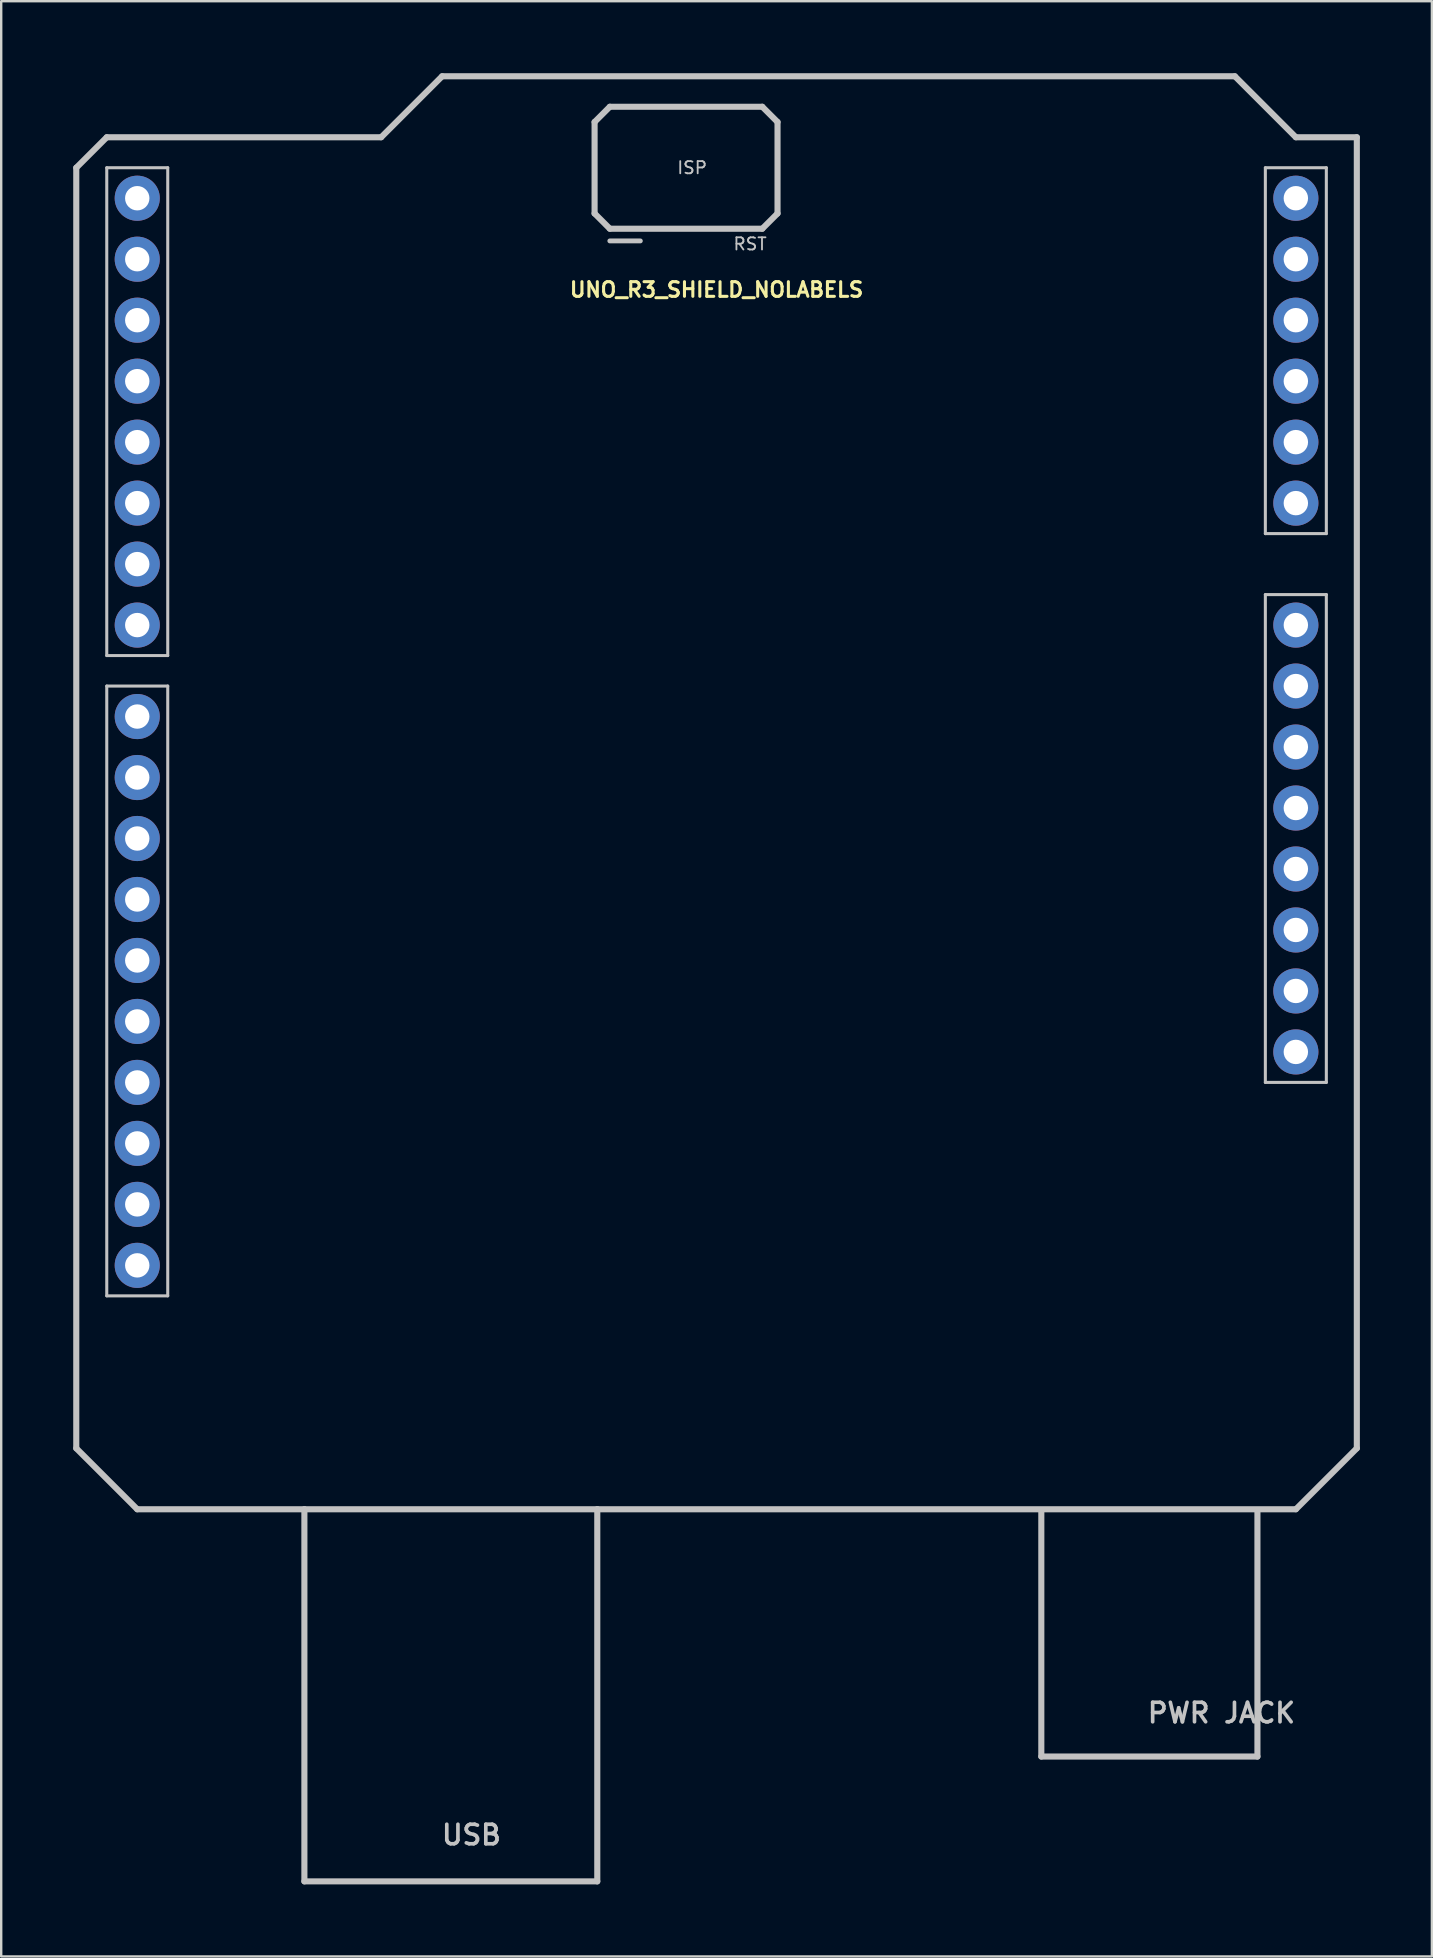
<source format=kicad_pcb>
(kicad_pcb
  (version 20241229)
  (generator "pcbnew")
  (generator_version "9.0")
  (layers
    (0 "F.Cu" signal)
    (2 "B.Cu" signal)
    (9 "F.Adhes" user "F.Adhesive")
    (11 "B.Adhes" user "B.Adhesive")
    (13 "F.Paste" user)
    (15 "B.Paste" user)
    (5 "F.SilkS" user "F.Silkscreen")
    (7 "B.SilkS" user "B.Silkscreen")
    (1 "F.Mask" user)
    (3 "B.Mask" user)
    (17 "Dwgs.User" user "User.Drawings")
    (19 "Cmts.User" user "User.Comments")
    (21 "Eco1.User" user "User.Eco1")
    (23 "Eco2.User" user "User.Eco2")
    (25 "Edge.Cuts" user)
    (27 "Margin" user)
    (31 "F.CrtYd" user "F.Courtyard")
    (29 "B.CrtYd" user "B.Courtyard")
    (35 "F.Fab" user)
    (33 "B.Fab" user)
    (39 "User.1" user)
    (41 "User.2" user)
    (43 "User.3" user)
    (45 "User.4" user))
  (footprint "UNO_R3_SHIELD_NOLABELS"
    (layer "F.Cu")
    (at 26.797 29.337)
    (property "Reference" "UNO_R3_SHIELD_NOLABELS" (at 0 -20.32 0) (layer "F.SilkS") (effects (font (size 0.61 0.61) (thickness 0.127))))
    (attr exclude_from_pos_files exclude_from_bom)
    (fp_line (start -26.67 -25.4) (end -26.67 27.94) (stroke (width 0.254) (type solid)) (layer "Dwgs.User"))
    (fp_line (start -26.67 27.94) (end -24.13 30.48) (stroke (width 0.254) (type solid)) (layer "Dwgs.User"))
    (fp_line (start -25.4 -26.67) (end -26.67 -25.4) (stroke (width 0.254) (type solid)) (layer "Dwgs.User"))
    (fp_line (start -25.4 -25.4) (end -22.86 -25.4) (stroke (width 0.127) (type solid)) (layer "Dwgs.User"))
    (fp_line (start -25.4 -5.08) (end -25.4 -25.4) (stroke (width 0.127) (type solid)) (layer "Dwgs.User"))
    (fp_line (start -25.4 -3.81) (end -22.86 -3.81) (stroke (width 0.127) (type solid)) (layer "Dwgs.User"))
    (fp_line (start -25.4 21.59) (end -25.4 -3.81) (stroke (width 0.127) (type solid)) (layer "Dwgs.User"))
    (fp_line (start -24.13 30.48) (end -17.168 30.48) (stroke (width 0.254) (type solid)) (layer "Dwgs.User"))
    (fp_line (start -22.86 -25.4) (end -22.86 -5.08) (stroke (width 0.127) (type solid)) (layer "Dwgs.User"))
    (fp_line (start -22.86 -5.08) (end -25.4 -5.08) (stroke (width 0.127) (type solid)) (layer "Dwgs.User"))
    (fp_line (start -22.86 -3.81) (end -22.86 21.59) (stroke (width 0.127) (type solid)) (layer "Dwgs.User"))
    (fp_line (start -22.86 21.59) (end -25.4 21.59) (stroke (width 0.127) (type solid)) (layer "Dwgs.User"))
    (fp_line (start -17.168 30.48) (end -4.968 30.48) (stroke (width 0.254) (type solid)) (layer "Dwgs.User"))
    (fp_line (start -17.168 45.979) (end -17.168 30.48) (stroke (width 0.254) (type solid)) (layer "Dwgs.User"))
    (fp_line (start -17.168 45.979) (end -4.968 45.979) (stroke (width 0.254) (type solid)) (layer "Dwgs.User"))
    (fp_line (start -13.97 -26.67) (end -25.4 -26.67) (stroke (width 0.254) (type solid)) (layer "Dwgs.User"))
    (fp_line (start -11.43 -29.21) (end -13.97 -26.67) (stroke (width 0.254) (type solid)) (layer "Dwgs.User"))
    (fp_line (start -5.08 -27.305) (end -4.445 -27.94) (stroke (width 0.254) (type solid)) (layer "Dwgs.User"))
    (fp_line (start -5.08 -23.495) (end -5.08 -27.305) (stroke (width 0.254) (type solid)) (layer "Dwgs.User"))
    (fp_line (start -4.968 30.48) (end 24.13 30.48) (stroke (width 0.254) (type solid)) (layer "Dwgs.User"))
    (fp_line (start -4.968 45.979) (end -4.968 30.48) (stroke (width 0.254) (type solid)) (layer "Dwgs.User"))
    (fp_line (start -4.445 -27.94) (end 1.905 -27.94) (stroke (width 0.254) (type solid)) (layer "Dwgs.User"))
    (fp_line (start -4.445 -22.86) (end -5.08 -23.495) (stroke (width 0.254) (type solid)) (layer "Dwgs.User"))
    (fp_line (start -3.175 -22.352) (end -4.445 -22.352) (stroke (width 0.203) (type solid)) (layer "Dwgs.User"))
    (fp_line (start 1.905 -27.94) (end 2.54 -27.305) (stroke (width 0.254) (type solid)) (layer "Dwgs.User"))
    (fp_line (start 1.905 -22.86) (end -4.445 -22.86) (stroke (width 0.254) (type solid)) (layer "Dwgs.User"))
    (fp_line (start 2.54 -27.305) (end 2.54 -23.495) (stroke (width 0.254) (type solid)) (layer "Dwgs.User"))
    (fp_line (start 2.54 -23.495) (end 1.905 -22.86) (stroke (width 0.254) (type solid)) (layer "Dwgs.User"))
    (fp_line (start 13.528 40.78) (end 13.528 30.579) (stroke (width 0.254) (type solid)) (layer "Dwgs.User"))
    (fp_line (start 13.528 40.78) (end 22.53 40.78) (stroke (width 0.254) (type solid)) (layer "Dwgs.User"))
    (fp_line (start 21.59 -29.21) (end -11.43 -29.21) (stroke (width 0.254) (type solid)) (layer "Dwgs.User"))
    (fp_line (start 22.53 40.78) (end 22.53 30.579) (stroke (width 0.254) (type solid)) (layer "Dwgs.User"))
    (fp_line (start 22.86 -25.4) (end 25.4 -25.4) (stroke (width 0.127) (type solid)) (layer "Dwgs.User"))
    (fp_line (start 22.86 -10.16) (end 22.86 -25.4) (stroke (width 0.127) (type solid)) (layer "Dwgs.User"))
    (fp_line (start 22.86 -7.62) (end 22.86 12.7) (stroke (width 0.127) (type solid)) (layer "Dwgs.User"))
    (fp_line (start 22.86 12.7) (end 25.4 12.7) (stroke (width 0.127) (type solid)) (layer "Dwgs.User"))
    (fp_line (start 24.13 -26.67) (end 21.59 -29.21) (stroke (width 0.254) (type solid)) (layer "Dwgs.User"))
    (fp_line (start 24.13 30.48) (end 26.67 27.94) (stroke (width 0.254) (type solid)) (layer "Dwgs.User"))
    (fp_line (start 25.4 -25.4) (end 25.4 -10.16) (stroke (width 0.127) (type solid)) (layer "Dwgs.User"))
    (fp_line (start 25.4 -10.16) (end 22.86 -10.16) (stroke (width 0.127) (type solid)) (layer "Dwgs.User"))
    (fp_line (start 25.4 -7.62) (end 22.86 -7.62) (stroke (width 0.127) (type solid)) (layer "Dwgs.User"))
    (fp_line (start 25.4 12.7) (end 25.4 -7.62) (stroke (width 0.127) (type solid)) (layer "Dwgs.User"))
    (fp_line (start 26.67 -26.67) (end 24.13 -26.67) (stroke (width 0.254) (type solid)) (layer "Dwgs.User"))
    (fp_line (start 26.67 27.94) (end 26.67 -26.67) (stroke (width 0.254) (type solid)) (layer "Dwgs.User"))
    (fp_text user "PWR JACK" (at 21.031 38.964 0) (layer "Dwgs.User") (effects (font (size 0.813 0.813) (thickness 0.152))))
    (fp_text user "RST" (at 1.397 -22.225 0) (layer "Dwgs.User") (effects (font (size 0.508 0.508) (thickness 0.076))))
    (fp_text user "ISP" (at -1.016 -25.4 0) (layer "Dwgs.User") (effects (font (size 0.508 0.508) (thickness 0.076))))
    (fp_text user "USB" (at -10.211 44.044 0) (layer "Dwgs.User") (effects (font (size 0.813 0.813) (thickness 0.152))))
    (pad "3.3V" thru_hole circle (at 24.13 3.81) (size 1.88 1.88) (drill 1.016) (layers "*.Cu" "*.Mask"))
    (pad "5V" thru_hole circle (at 24.13 1.27) (size 1.88 1.88) (drill 1.016) (layers "*.Cu" "*.Mask"))
    (pad "A0" thru_hole circle (at 24.13 -11.43) (size 1.88 1.88) (drill 1.016) (layers "*.Cu" "*.Mask"))
    (pad "A1" thru_hole circle (at 24.13 -13.97) (size 1.88 1.88) (drill 1.016) (layers "*.Cu" "*.Mask"))
    (pad "A2" thru_hole circle (at 24.13 -16.51) (size 1.88 1.88) (drill 1.016) (layers "*.Cu" "*.Mask"))
    (pad "A3" thru_hole circle (at 24.13 -19.05) (size 1.88 1.88) (drill 1.016) (layers "*.Cu" "*.Mask"))
    (pad "A4" thru_hole circle (at 24.13 -21.59) (size 1.88 1.88) (drill 1.016) (layers "*.Cu" "*.Mask"))
    (pad "A5" thru_hole circle (at 24.13 -24.13) (size 1.88 1.88) (drill 1.016) (layers "*.Cu" "*.Mask"))
    (pad "AREF" thru_hole circle (at -24.13 15.24) (size 1.88 1.88) (drill 1.016) (layers "*.Cu" "*.Mask"))
    (pad "D2" thru_hole circle (at -24.13 -19.05) (size 1.88 1.88) (drill 1.016) (layers "*.Cu" "*.Mask"))
    (pad "D3" thru_hole circle (at -24.13 -16.51) (size 1.88 1.88) (drill 1.016) (layers "*.Cu" "*.Mask"))
    (pad "D4" thru_hole circle (at -24.13 -13.97) (size 1.88 1.88) (drill 1.016) (layers "*.Cu" "*.Mask"))
    (pad "D5" thru_hole circle (at -24.13 -11.43) (size 1.88 1.88) (drill 1.016) (layers "*.Cu" "*.Mask"))
    (pad "D6" thru_hole circle (at -24.13 -8.89) (size 1.88 1.88) (drill 1.016) (layers "*.Cu" "*.Mask"))
    (pad "D7" thru_hole circle (at -24.13 -6.35) (size 1.88 1.88) (drill 1.016) (layers "*.Cu" "*.Mask"))
    (pad "D8" thru_hole circle (at -24.13 -2.54) (size 1.88 1.88) (drill 1.016) (layers "*.Cu" "*.Mask"))
    (pad "D9" thru_hole circle (at -24.13 0) (size 1.88 1.88) (drill 1.016) (layers "*.Cu" "*.Mask"))
    (pad "D10" thru_hole circle (at -24.13 2.54) (size 1.88 1.88) (drill 1.016) (layers "*.Cu" "*.Mask"))
    (pad "D11" thru_hole circle (at -24.13 5.08) (size 1.88 1.88) (drill 1.016) (layers "*.Cu" "*.Mask"))
    (pad "D12" thru_hole circle (at -24.13 7.62) (size 1.88 1.88) (drill 1.016) (layers "*.Cu" "*.Mask"))
    (pad "D13" thru_hole circle (at -24.13 10.16) (size 1.88 1.88) (drill 1.016) (layers "*.Cu" "*.Mask"))
    (pad "GND@" thru_hole circle (at -24.13 12.7) (size 1.88 1.88) (drill 1.016) (layers "*.Cu" "*.Mask"))
    (pad "GND@" thru_hole circle (at 24.13 -3.81) (size 1.88 1.88) (drill 1.016) (layers "*.Cu" "*.Mask"))
    (pad "GND@" thru_hole circle (at 24.13 -1.27) (size 1.88 1.88) (drill 1.016) (layers "*.Cu" "*.Mask"))
    (pad "IORE" thru_hole circle (at 24.13 8.89) (size 1.88 1.88) (drill 1.016) (layers "*.Cu" "*.Mask"))
    (pad "NC" thru_hole circle (at 24.13 11.43) (size 1.88 1.88) (drill 1.016) (layers "*.Cu" "*.Mask"))
    (pad "RES" thru_hole circle (at 24.13 6.35) (size 1.88 1.88) (drill 1.016) (layers "*.Cu" "*.Mask"))
    (pad "RX" thru_hole circle (at -24.13 -24.13) (size 1.88 1.88) (drill 1.016) (layers "*.Cu" "*.Mask"))
    (pad "SCL" thru_hole circle (at -24.13 20.32) (size 1.88 1.88) (drill 1.016) (layers "*.Cu" "*.Mask"))
    (pad "SDA" thru_hole circle (at -24.13 17.78) (size 1.88 1.88) (drill 1.016) (layers "*.Cu" "*.Mask"))
    (pad "TX" thru_hole circle (at -24.13 -21.59) (size 1.88 1.88) (drill 1.016) (layers "*.Cu" "*.Mask"))
    (pad "VIN" thru_hole circle (at 24.13 -6.35) (size 1.88 1.88) (drill 1.016) (layers "*.Cu" "*.Mask")))
  (gr_rect
    (start -3 -3)
    (end 56.594 78.443)
    (stroke (width 0.1) (type default))
    (fill no)
    (layer "Edge.Cuts")))
</source>
